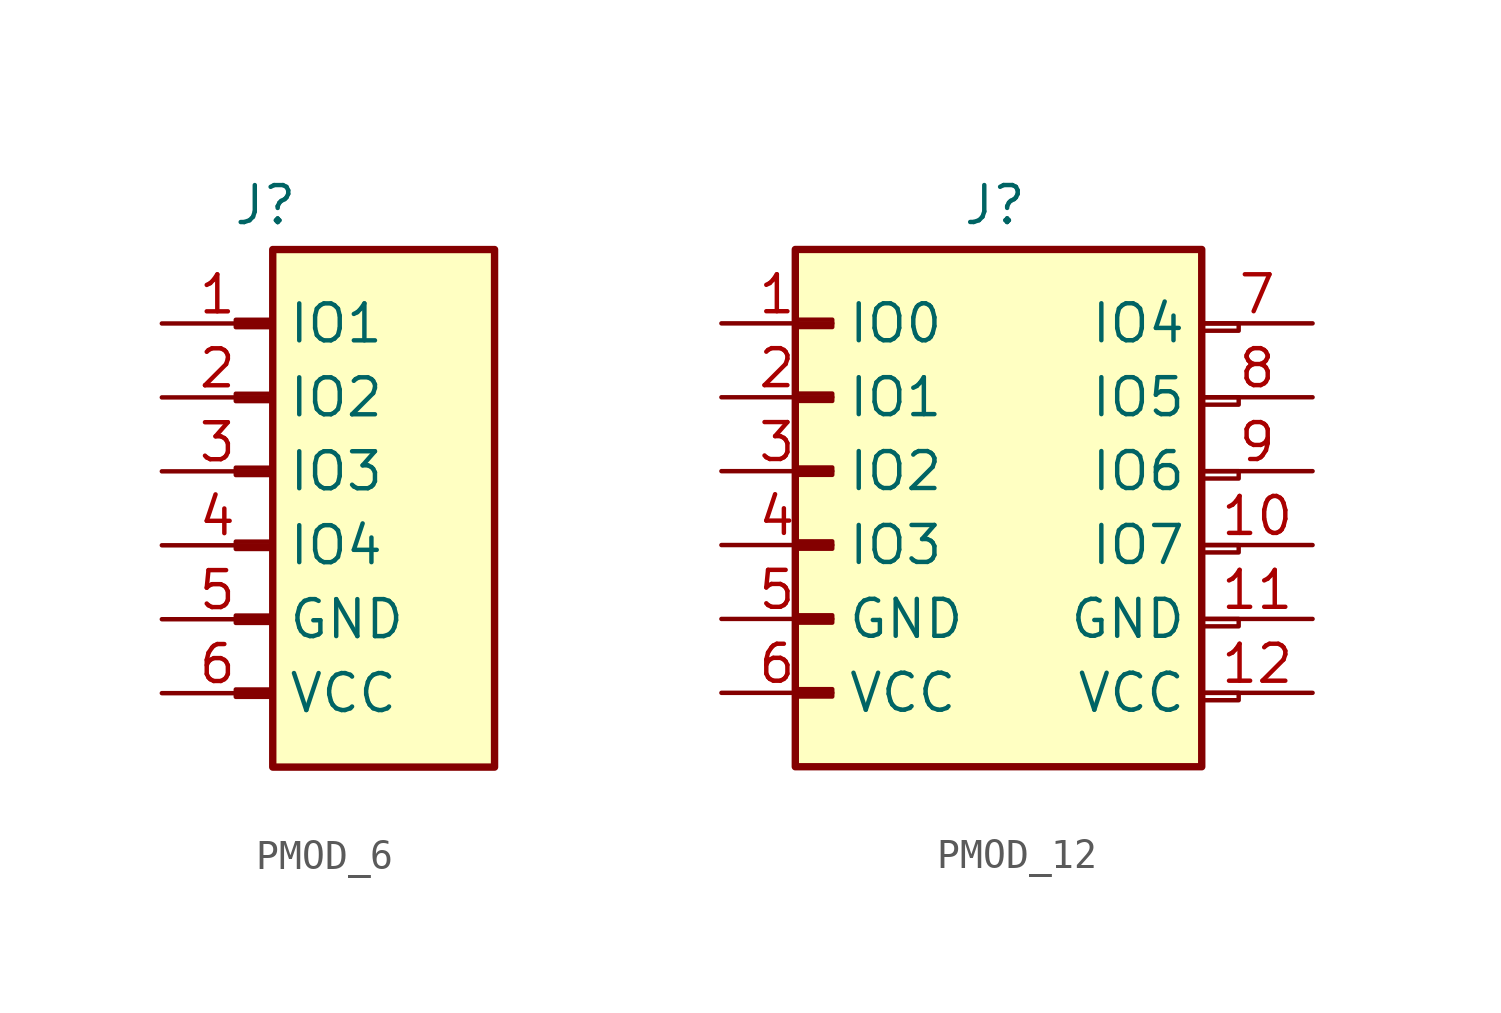
<source format=kicad_sym>
(kicad_symbol_lib
  (version 20231120)
  (generator "kicad_symbol_editor")
  (generator_version "8.0")
  (symbol "PMOD_6"
    (property "Reference" "J"
      (at -0.254 4.064 0)
      (effects (font (size 1.27 1.27))))
    (property "Value" ""
      (at -2.54 0 0)
      (effects (font (size 1.27 1.27))))
    (symbol "PMOD_6_1_1"
      (rectangle (start -1.27 -12.573) (end 0 -12.827) (stroke (width 0.152) (type default)) (fill (type none)))
      (rectangle (start -1.27 -10.033) (end 0 -10.287) (stroke (width 0.152) (type default)) (fill (type none)))
      (rectangle (start -1.27 -7.493) (end 0 -7.747) (stroke (width 0.152) (type default)) (fill (type none)))
      (rectangle (start -1.27 -4.953) (end 0 -5.207) (stroke (width 0.152) (type default)) (fill (type none)))
      (rectangle (start -1.27 -2.413) (end 0 -2.667) (stroke (width 0.152) (type default)) (fill (type none)))
      (rectangle (start -1.27 0.127) (end 0 -0.127) (stroke (width 0.152) (type default)) (fill (type none)))
      (rectangle (start 0 2.54) (end 7.62 -15.24) (stroke (width 0.254) (type default)) (fill (type background)))
      (pin passive line (at -3.81 0 0) (length 3.81) (name "IO1" (effects (font (size 1.27 1.27)))) (number "1" (effects (font (size 1.27 1.27)))))
      (pin passive line (at -3.81 -2.54 0) (length 3.81) (name "IO2" (effects (font (size 1.27 1.27)))) (number "2" (effects (font (size 1.27 1.27)))))
      (pin passive line (at -3.81 -5.08 0) (length 3.81) (name "IO3" (effects (font (size 1.27 1.27)))) (number "3" (effects (font (size 1.27 1.27)))))
      (pin passive line (at -3.81 -7.62 0) (length 3.81) (name "IO4" (effects (font (size 1.27 1.27)))) (number "4" (effects (font (size 1.27 1.27)))))
      (pin passive line (at -3.81 -10.16 0) (length 3.81) (name "GND" (effects (font (size 1.27 1.27)))) (number "5" (effects (font (size 1.27 1.27)))))
      (pin passive line (at -3.81 -12.7 0) (length 3.81) (name "VCC" (effects (font (size 1.27 1.27)))) (number "6" (effects (font (size 1.27 1.27)))))))
  (symbol "PMOD_12"
    (property "Reference" "J"
      (at 5.588 4.064 0)
      (effects (font (size 1.27 1.27))))
    (property "Value" ""
      (at 0 0 0)
      (effects (font (size 1.27 1.27))))
    (symbol "PMOD_12_1_1"
      (rectangle (start -1.27 -12.573) (end 0 -12.827) (stroke (width 0.152) (type default)) (fill (type none)))
      (rectangle (start -1.27 -10.033) (end 0 -10.287) (stroke (width 0.152) (type default)) (fill (type none)))
      (rectangle (start -1.27 -7.493) (end 0 -7.747) (stroke (width 0.152) (type default)) (fill (type none)))
      (rectangle (start -1.27 -4.953) (end 0 -5.207) (stroke (width 0.152) (type default)) (fill (type none)))
      (rectangle (start -1.27 -2.413) (end 0 -2.667) (stroke (width 0.152) (type default)) (fill (type none)))
      (rectangle (start -1.27 0.127) (end 0 -0.127) (stroke (width 0.152) (type default)) (fill (type none)))
      (rectangle (start -1.27 2.54) (end 12.7 -15.24) (stroke (width 0.254) (type default)) (fill (type background)))
      (rectangle (start 12.7 -12.7) (end 13.97 -12.954) (stroke (width 0.152) (type default)) (fill (type none)))
      (rectangle (start 12.7 -10.16) (end 13.97 -10.414) (stroke (width 0.152) (type default)) (fill (type none)))
      (rectangle (start 12.7 -7.62) (end 13.97 -7.874) (stroke (width 0.152) (type default)) (fill (type none)))
      (rectangle (start 12.7 -5.08) (end 13.97 -5.334) (stroke (width 0.152) (type default)) (fill (type none)))
      (rectangle (start 12.7 -2.54) (end 13.97 -2.794) (stroke (width 0.152) (type default)) (fill (type none)))
      (rectangle (start 12.7 0) (end 13.97 -0.254) (stroke (width 0.152) (type default)) (fill (type none)))
      (pin passive line (at -3.81 0 0) (length 3.81) (name "IO0" (effects (font (size 1.27 1.27)))) (number "1" (effects (font (size 1.27 1.27)))))
      (pin passive line (at 16.51 -7.62 180) (length 3.81) (name "IO7" (effects (font (size 1.27 1.27)))) (number "10" (effects (font (size 1.27 1.27)))))
      (pin passive line (at 16.51 -10.16 180) (length 3.81) (name "GND" (effects (font (size 1.27 1.27)))) (number "11" (effects (font (size 1.27 1.27)))))
      (pin passive line (at 16.51 -12.7 180) (length 3.81) (name "VCC" (effects (font (size 1.27 1.27)))) (number "12" (effects (font (size 1.27 1.27)))))
      (pin passive line (at -3.81 -2.54 0) (length 3.81) (name "IO1" (effects (font (size 1.27 1.27)))) (number "2" (effects (font (size 1.27 1.27)))))
      (pin passive line (at -3.81 -5.08 0) (length 3.81) (name "IO2" (effects (font (size 1.27 1.27)))) (number "3" (effects (font (size 1.27 1.27)))))
      (pin passive line (at -3.81 -7.62 0) (length 3.81) (name "IO3" (effects (font (size 1.27 1.27)))) (number "4" (effects (font (size 1.27 1.27)))))
      (pin passive line (at -3.81 -10.16 0) (length 3.81) (name "GND" (effects (font (size 1.27 1.27)))) (number "5" (effects (font (size 1.27 1.27)))))
      (pin passive line (at -3.81 -12.7 0) (length 3.81) (name "VCC" (effects (font (size 1.27 1.27)))) (number "6" (effects (font (size 1.27 1.27)))))
      (pin passive line (at 16.51 0 180) (length 3.81) (name "IO4" (effects (font (size 1.27 1.27)))) (number "7" (effects (font (size 1.27 1.27)))))
      (pin passive line (at 16.51 -2.54 180) (length 3.81) (name "IO5" (effects (font (size 1.27 1.27)))) (number "8" (effects (font (size 1.27 1.27)))))
      (pin passive line (at 16.51 -5.08 180) (length 3.81) (name "IO6" (effects (font (size 1.27 1.27)))) (number "9" (effects (font (size 1.27 1.27))))))))
</source>
